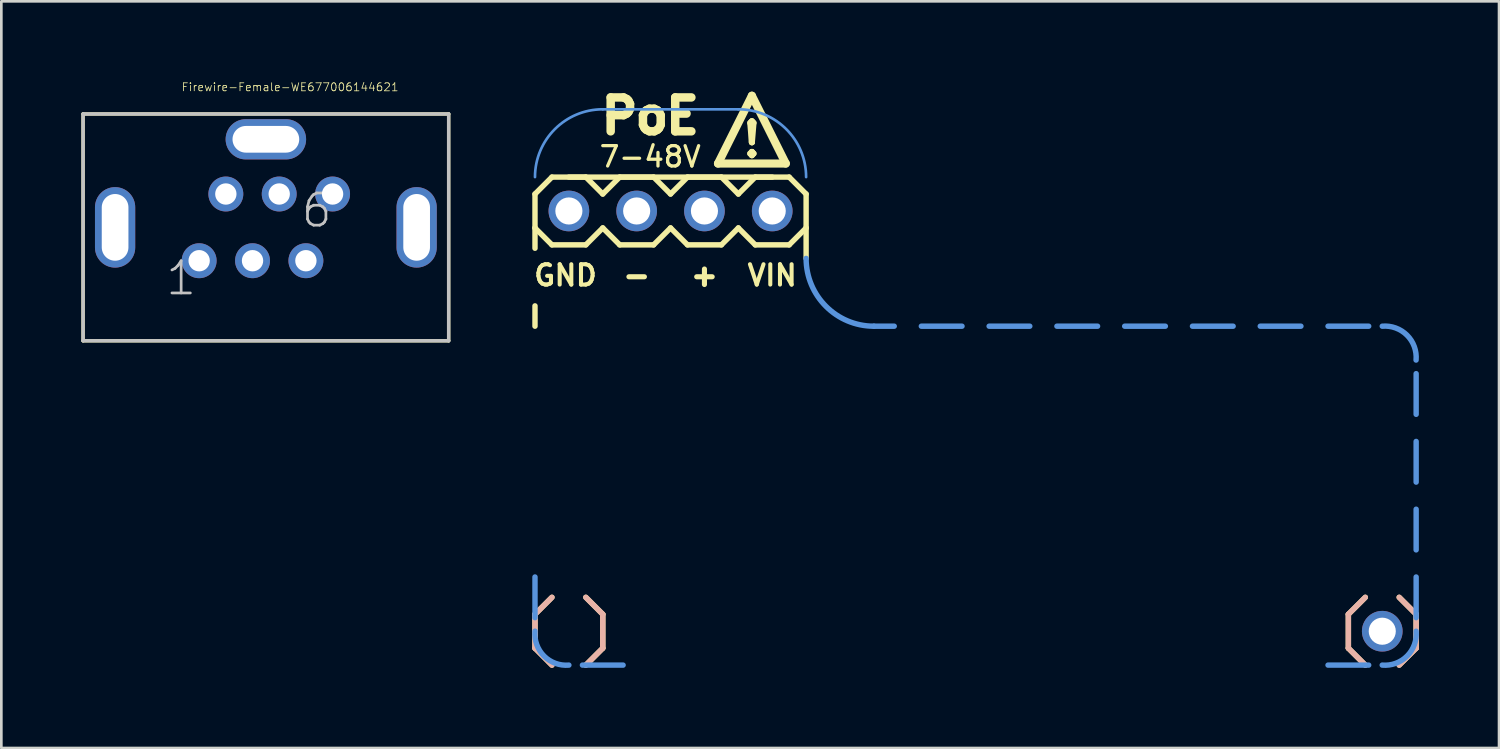
<source format=kicad_pcb>
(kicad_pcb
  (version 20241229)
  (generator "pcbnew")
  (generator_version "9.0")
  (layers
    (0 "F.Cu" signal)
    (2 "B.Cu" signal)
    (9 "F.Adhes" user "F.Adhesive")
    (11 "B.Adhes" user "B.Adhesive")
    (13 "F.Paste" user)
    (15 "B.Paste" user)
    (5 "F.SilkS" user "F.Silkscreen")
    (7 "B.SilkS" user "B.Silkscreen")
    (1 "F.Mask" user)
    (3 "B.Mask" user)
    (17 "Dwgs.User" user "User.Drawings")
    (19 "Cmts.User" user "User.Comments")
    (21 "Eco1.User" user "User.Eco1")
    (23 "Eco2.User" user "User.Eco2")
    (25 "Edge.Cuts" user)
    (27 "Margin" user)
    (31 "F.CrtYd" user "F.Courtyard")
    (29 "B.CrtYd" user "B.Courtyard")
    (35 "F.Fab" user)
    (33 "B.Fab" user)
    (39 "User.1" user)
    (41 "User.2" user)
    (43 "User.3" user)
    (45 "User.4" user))
  (footprint "FT-POE-MODULE-NOOUTLINE"
    (layer "F.Cu")
    (at 18.268 4.856)
    (property "Reference" "FT-POE-MODULE-NOOUTLINE" (at 3.937 3.81 0) (layer "Eco1.User") (effects (font (size 0.3 0.3) (thickness 0.03))))
    (attr through_hole)
    (fp_line (start -1.27 -0.635) (end -1.27 0.635) (stroke (width 0.203) (type solid)) (layer "F.SilkS"))
    (fp_line (start -1.27 0.635) (end -1.27 1.397) (stroke (width 0.203) (type solid)) (layer "F.SilkS"))
    (fp_line (start -1.27 0.635) (end -0.635 1.27) (stroke (width 0.203) (type solid)) (layer "F.SilkS"))
    (fp_line (start -1.27 3.556) (end -1.27 4.318) (stroke (width 0.203) (type solid)) (layer "F.SilkS"))
    (fp_line (start -1.27 15.113) (end -0.635 14.478) (stroke (width 0.203) (type solid)) (layer "F.SilkS"))
    (fp_line (start -1.27 16.383) (end -1.27 15.113) (stroke (width 0.203) (type solid)) (layer "F.SilkS"))
    (fp_line (start -0.635 -1.27) (end -1.27 -0.635) (stroke (width 0.203) (type solid)) (layer "F.SilkS"))
    (fp_line (start -0.635 -1.27) (end 0.635 -1.27) (stroke (width 0.203) (type solid)) (layer "F.SilkS"))
    (fp_line (start -0.635 17.018) (end -1.27 16.383) (stroke (width 0.203) (type solid)) (layer "F.SilkS"))
    (fp_line (start 0.635 -1.27) (end 1.27 -0.635) (stroke (width 0.203) (type solid)) (layer "F.SilkS"))
    (fp_line (start 0.635 1.27) (end -0.635 1.27) (stroke (width 0.203) (type solid)) (layer "F.SilkS"))
    (fp_line (start 0.635 14.478) (end 1.27 15.113) (stroke (width 0.203) (type solid)) (layer "F.SilkS"))
    (fp_line (start 1.27 -0.635) (end 1.905 -1.27) (stroke (width 0.203) (type solid)) (layer "F.SilkS"))
    (fp_line (start 1.27 0.635) (end 0.635 1.27) (stroke (width 0.203) (type solid)) (layer "F.SilkS"))
    (fp_line (start 1.27 15.113) (end 1.27 16.383) (stroke (width 0.203) (type solid)) (layer "F.SilkS"))
    (fp_line (start 1.27 16.383) (end 0.635 17.018) (stroke (width 0.203) (type solid)) (layer "F.SilkS"))
    (fp_line (start 1.905 -1.27) (end 3.175 -1.27) (stroke (width 0.203) (type solid)) (layer "F.SilkS"))
    (fp_line (start 1.905 1.27) (end 1.27 0.635) (stroke (width 0.203) (type solid)) (layer "F.SilkS"))
    (fp_line (start 3.175 -1.27) (end 3.81 -0.635) (stroke (width 0.203) (type solid)) (layer "F.SilkS"))
    (fp_line (start 3.175 1.27) (end 1.905 1.27) (stroke (width 0.203) (type solid)) (layer "F.SilkS"))
    (fp_line (start 3.81 -0.635) (end 4.445 -1.27) (stroke (width 0.203) (type solid)) (layer "F.SilkS"))
    (fp_line (start 3.81 0.635) (end 3.175 1.27) (stroke (width 0.203) (type solid)) (layer "F.SilkS"))
    (fp_line (start 4.445 -1.27) (end 5.715 -1.27) (stroke (width 0.203) (type solid)) (layer "F.SilkS"))
    (fp_line (start 4.445 1.27) (end 3.81 0.635) (stroke (width 0.203) (type solid)) (layer "F.SilkS"))
    (fp_line (start 5.588 -1.778) (end 6.858 -4.318) (stroke (width 0.305) (type solid)) (layer "F.SilkS"))
    (fp_line (start 5.715 -1.27) (end 6.35 -0.635) (stroke (width 0.203) (type solid)) (layer "F.SilkS"))
    (fp_line (start 5.715 1.27) (end 4.445 1.27) (stroke (width 0.203) (type solid)) (layer "F.SilkS"))
    (fp_line (start 6.35 0.635) (end 5.715 1.27) (stroke (width 0.203) (type solid)) (layer "F.SilkS"))
    (fp_line (start 6.35 0.635) (end 6.985 1.27) (stroke (width 0.203) (type solid)) (layer "F.SilkS"))
    (fp_line (start 6.858 -4.318) (end 8.128 -1.778) (stroke (width 0.305) (type solid)) (layer "F.SilkS"))
    (fp_line (start 6.985 -1.27) (end 6.35 -0.635) (stroke (width 0.203) (type solid)) (layer "F.SilkS"))
    (fp_line (start 6.985 -1.27) (end 8.255 -1.27) (stroke (width 0.203) (type solid)) (layer "F.SilkS"))
    (fp_line (start 7.62 -1.27) (end 0 -1.27) (stroke (width 0.203) (type solid)) (layer "F.SilkS"))
    (fp_line (start 8.128 -1.778) (end 5.588 -1.778) (stroke (width 0.305) (type solid)) (layer "F.SilkS"))
    (fp_line (start 8.255 -1.27) (end 8.89 -0.635) (stroke (width 0.203) (type solid)) (layer "F.SilkS"))
    (fp_line (start 8.255 1.27) (end 6.985 1.27) (stroke (width 0.203) (type solid)) (layer "F.SilkS"))
    (fp_line (start 8.89 -0.635) (end 8.89 0.635) (stroke (width 0.203) (type solid)) (layer "F.SilkS"))
    (fp_line (start 8.89 0.635) (end 8.255 1.27) (stroke (width 0.203) (type solid)) (layer "F.SilkS"))
    (fp_line (start 8.89 1.778) (end 8.89 0.635) (stroke (width 0.203) (type solid)) (layer "F.SilkS"))
    (fp_line (start 29.21 15.113) (end 29.845 14.478) (stroke (width 0.203) (type solid)) (layer "F.SilkS"))
    (fp_line (start 29.21 16.383) (end 29.21 15.113) (stroke (width 0.203) (type solid)) (layer "F.SilkS"))
    (fp_line (start 29.845 17.018) (end 29.21 16.383) (stroke (width 0.203) (type solid)) (layer "F.SilkS"))
    (fp_line (start 31.115 14.478) (end 31.75 15.113) (stroke (width 0.203) (type solid)) (layer "F.SilkS"))
    (fp_line (start 31.75 15.113) (end 31.75 16.383) (stroke (width 0.203) (type solid)) (layer "F.SilkS"))
    (fp_line (start 31.75 16.383) (end 31.115 17.018) (stroke (width 0.203) (type solid)) (layer "F.SilkS"))
    (fp_line (start -1.27 15.113) (end -1.27 16.383) (stroke (width 0.203) (type solid)) (layer "B.SilkS"))
    (fp_line (start -1.27 16.383) (end -0.635 17.018) (stroke (width 0.203) (type solid)) (layer "B.SilkS"))
    (fp_line (start -0.635 14.478) (end -1.27 15.113) (stroke (width 0.203) (type solid)) (layer "B.SilkS"))
    (fp_line (start 0.635 17.018) (end 1.27 16.383) (stroke (width 0.203) (type solid)) (layer "B.SilkS"))
    (fp_line (start 1.27 15.113) (end 0.635 14.478) (stroke (width 0.203) (type solid)) (layer "B.SilkS"))
    (fp_line (start 1.27 16.383) (end 1.27 15.113) (stroke (width 0.203) (type solid)) (layer "B.SilkS"))
    (fp_line (start 29.21 15.113) (end 29.21 16.383) (stroke (width 0.203) (type solid)) (layer "B.SilkS"))
    (fp_line (start 29.21 16.383) (end 29.845 17.018) (stroke (width 0.203) (type solid)) (layer "B.SilkS"))
    (fp_line (start 29.845 14.478) (end 29.21 15.113) (stroke (width 0.203) (type solid)) (layer "B.SilkS"))
    (fp_line (start 31.115 17.018) (end 31.75 16.383) (stroke (width 0.203) (type solid)) (layer "B.SilkS"))
    (fp_line (start 31.75 15.113) (end 31.115 14.478) (stroke (width 0.203) (type solid)) (layer "B.SilkS"))
    (fp_line (start 31.75 16.383) (end 31.75 15.113) (stroke (width 0.203) (type solid)) (layer "B.SilkS"))
    (fp_line (start -1.27 13.716) (end -1.27 15.24) (stroke (width 0.203) (type solid)) (layer "Cmts.User"))
    (fp_line (start 1.27 -3.81) (end 6.35 -3.81) (stroke (width 0.1) (type solid)) (layer "Cmts.User"))
    (fp_line (start 2.032 17.018) (end 0.508 17.018) (stroke (width 0.203) (type solid)) (layer "Cmts.User"))
    (fp_line (start 12.192 4.318) (end 11.43 4.318) (stroke (width 0.203) (type solid)) (layer "Cmts.User"))
    (fp_line (start 14.732 4.318) (end 13.208 4.318) (stroke (width 0.203) (type solid)) (layer "Cmts.User"))
    (fp_line (start 17.272 4.318) (end 15.748 4.318) (stroke (width 0.203) (type solid)) (layer "Cmts.User"))
    (fp_line (start 19.812 4.318) (end 18.288 4.318) (stroke (width 0.203) (type solid)) (layer "Cmts.User"))
    (fp_line (start 22.352 4.318) (end 20.828 4.318) (stroke (width 0.203) (type solid)) (layer "Cmts.User"))
    (fp_line (start 24.892 4.318) (end 23.368 4.318) (stroke (width 0.203) (type solid)) (layer "Cmts.User"))
    (fp_line (start 27.432 4.318) (end 25.908 4.318) (stroke (width 0.203) (type solid)) (layer "Cmts.User"))
    (fp_line (start 29.972 4.318) (end 28.448 4.318) (stroke (width 0.203) (type solid)) (layer "Cmts.User"))
    (fp_line (start 29.972 17.018) (end 28.448 17.018) (stroke (width 0.203) (type solid)) (layer "Cmts.User"))
    (fp_line (start 31.75 6.096) (end 31.75 7.62) (stroke (width 0.203) (type solid)) (layer "Cmts.User"))
    (fp_line (start 31.75 8.636) (end 31.75 10.16) (stroke (width 0.203) (type solid)) (layer "Cmts.User"))
    (fp_line (start 31.75 11.176) (end 31.75 12.7) (stroke (width 0.203) (type solid)) (layer "Cmts.User"))
    (fp_line (start 31.75 13.716) (end 31.75 15.24) (stroke (width 0.203) (type solid)) (layer "Cmts.User"))
    (fp_arc (start -1.27 -1.27) (mid -0.526051 -3.066051) (end 1.27 -3.81) (stroke (width 0.1) (type solid)) (layer "Cmts.User"))
    (fp_arc (start 0 17.018) (mid -0.931339 16.678463) (end -1.269892 15.746766) (stroke (width 0.2032) (type solid)) (layer "Cmts.User"))
    (fp_arc (start 6.35 -3.81) (mid 8.146051 -3.066051) (end 8.89 -1.27) (stroke (width 0.1) (type solid)) (layer "Cmts.User"))
    (fp_arc (start 11.43 4.318) (mid 9.633949 3.574051) (end 8.89 1.778) (stroke (width 0.2032) (type solid)) (layer "Cmts.User"))
    (fp_arc (start 30.48 4.318) (mid 31.409393 4.65663) (end 31.747391 5.586253) (stroke (width 0.2032) (type solid)) (layer "Cmts.User"))
    (fp_arc (start 31.75 15.748) (mid 31.410463 16.679339) (end 30.478766 17.017892) (stroke (width 0.2032) (type solid)) (layer "Cmts.User"))
    (fp_text user "GND" (at -0.127 2.413 0) (layer "F.SilkS") (effects (font (size 0.762 0.762) (thickness 0.152))))
    (fp_text user "VIN" (at 7.62 2.413 0) (layer "F.SilkS") (effects (font (size 0.762 0.762) (thickness 0.152))))
    (fp_text user "+" (at 5.08 2.413 0) (layer "F.SilkS") (effects (font (size 0.762 0.762) (thickness 0.191))))
    (fp_text user "7-48V" (at 3.048 -2.032 0) (layer "F.SilkS") (effects (font (size 0.762 0.762) (thickness 0.122))))
    (fp_text user "-" (at 2.54 2.413 0) (layer "F.SilkS") (effects (font (size 0.762 0.762) (thickness 0.191))))
    (fp_text user "!" (at 6.858 -2.667 0) (layer "F.SilkS") (effects (font (size 1.27 1.27) (thickness 0.229))))
    (fp_text user "PoE" (at 3.048 -3.556 0) (layer "F.SilkS") (effects (font (size 1.27 1.27) (thickness 0.318))))
    (pad "1" thru_hole oval (at 0 0 90) (size 1.524 1.524) (drill 1.016) (layers "*.Cu" "*.Mask"))
    (pad "2" thru_hole oval (at 2.54 0 90) (size 1.524 1.524) (drill 1.016) (layers "*.Cu" "*.Mask"))
    (pad "3" thru_hole oval (at 5.08 0 90) (size 1.524 1.524) (drill 1.016) (layers "*.Cu" "*.Mask"))
    (pad "4" thru_hole oval (at 7.62 0 90) (size 1.524 1.524) (drill 1.016) (layers "*.Cu" "*.Mask"))
    (pad "MNT2" thru_hole oval (at 30.48 15.748 90) (size 1.524 1.524) (drill 1.016) (layers "*.Cu" "*.Mask")))
  (footprint "Firewire-Female-WE677006144621"
    (layer "F.Cu")
    (at 6.913 5.47)
    (property "Reference" "Firewire-Female-WE677006144621" (at -3.175 -5.08 0) (layer "F.SilkS") (effects (font (size 0.3 0.3) (thickness 0.03)) (justify left bottom)))
    (attr through_hole)
    (fp_line (start -6.85 -4.25) (end -6.85 4.25) (stroke (width 0.127) (type solid)) (layer "F.SilkS"))
    (fp_line (start -6.85 4.25) (end 6.85 4.25) (stroke (width 0.127) (type solid)) (layer "F.SilkS"))
    (fp_line (start 6.85 -4.25) (end -6.85 -4.25) (stroke (width 0.127) (type solid)) (layer "F.SilkS"))
    (fp_line (start 6.85 4.25) (end 6.85 -4.25) (stroke (width 0.127) (type solid)) (layer "F.SilkS"))
    (fp_line (start -6.85 -4.25) (end -6.85 4.25) (stroke (width 0.127) (type solid)) (layer "Dwgs.User"))
    (fp_line (start -6.85 4.25) (end 6.85 4.25) (stroke (width 0.127) (type solid)) (layer "Dwgs.User"))
    (fp_line (start 6.85 -4.25) (end -6.85 -4.25) (stroke (width 0.127) (type solid)) (layer "Dwgs.User"))
    (fp_line (start 6.85 4.25) (end 6.85 -4.25) (stroke (width 0.127) (type solid)) (layer "Dwgs.User"))
    (fp_text user "6" (at 1.905 -0.635 0) (layer "Dwgs.User") (effects (font (size 1.206 1.206) (thickness 0.102))))
    (fp_text user "1" (at -3.175 1.905 0) (layer "Dwgs.User") (effects (font (size 1.206 1.206) (thickness 0.102))))
    (pad "1" thru_hole circle (at -2.5 1.25) (size 1.308 1.308) (drill 0.8) (layers "*.Cu" "*.Mask"))
    (pad "2" thru_hole circle (at -1.5 -1.25) (size 1.308 1.308) (drill 0.8) (layers "*.Cu" "*.Mask"))
    (pad "3" thru_hole circle (at -0.5 1.25) (size 1.308 1.308) (drill 0.8) (layers "*.Cu" "*.Mask"))
    (pad "4" thru_hole circle (at 0.5 -1.25) (size 1.308 1.308) (drill 0.8) (layers "*.Cu" "*.Mask"))
    (pad "5" thru_hole circle (at 1.5 1.25) (size 1.308 1.308) (drill 0.8) (layers "*.Cu" "*.Mask"))
    (pad "6" thru_hole circle (at 2.5 -1.25) (size 1.308 1.308) (drill 0.8) (layers "*.Cu" "*.Mask"))
    (pad "7" thru_hole oval (at 5.65 0 90) (size 3.016 1.508) (drill oval 2.5 1) (layers "*.Cu" "*.Mask"))
    (pad "8" thru_hole oval (at 0 -3.3 180) (size 3.016 1.508) (drill oval 2.5 1) (layers "*.Cu" "*.Mask"))
    (pad "9" thru_hole oval (at -5.65 0 90) (size 3.016 1.508) (drill oval 2.5 1) (layers "*.Cu" "*.Mask")))
  (gr_rect
    (start -3 -3)
    (end 53.124 24.98)
    (stroke (width 0.1) (type default))
    (fill no)
    (layer "Edge.Cuts")))
</source>
